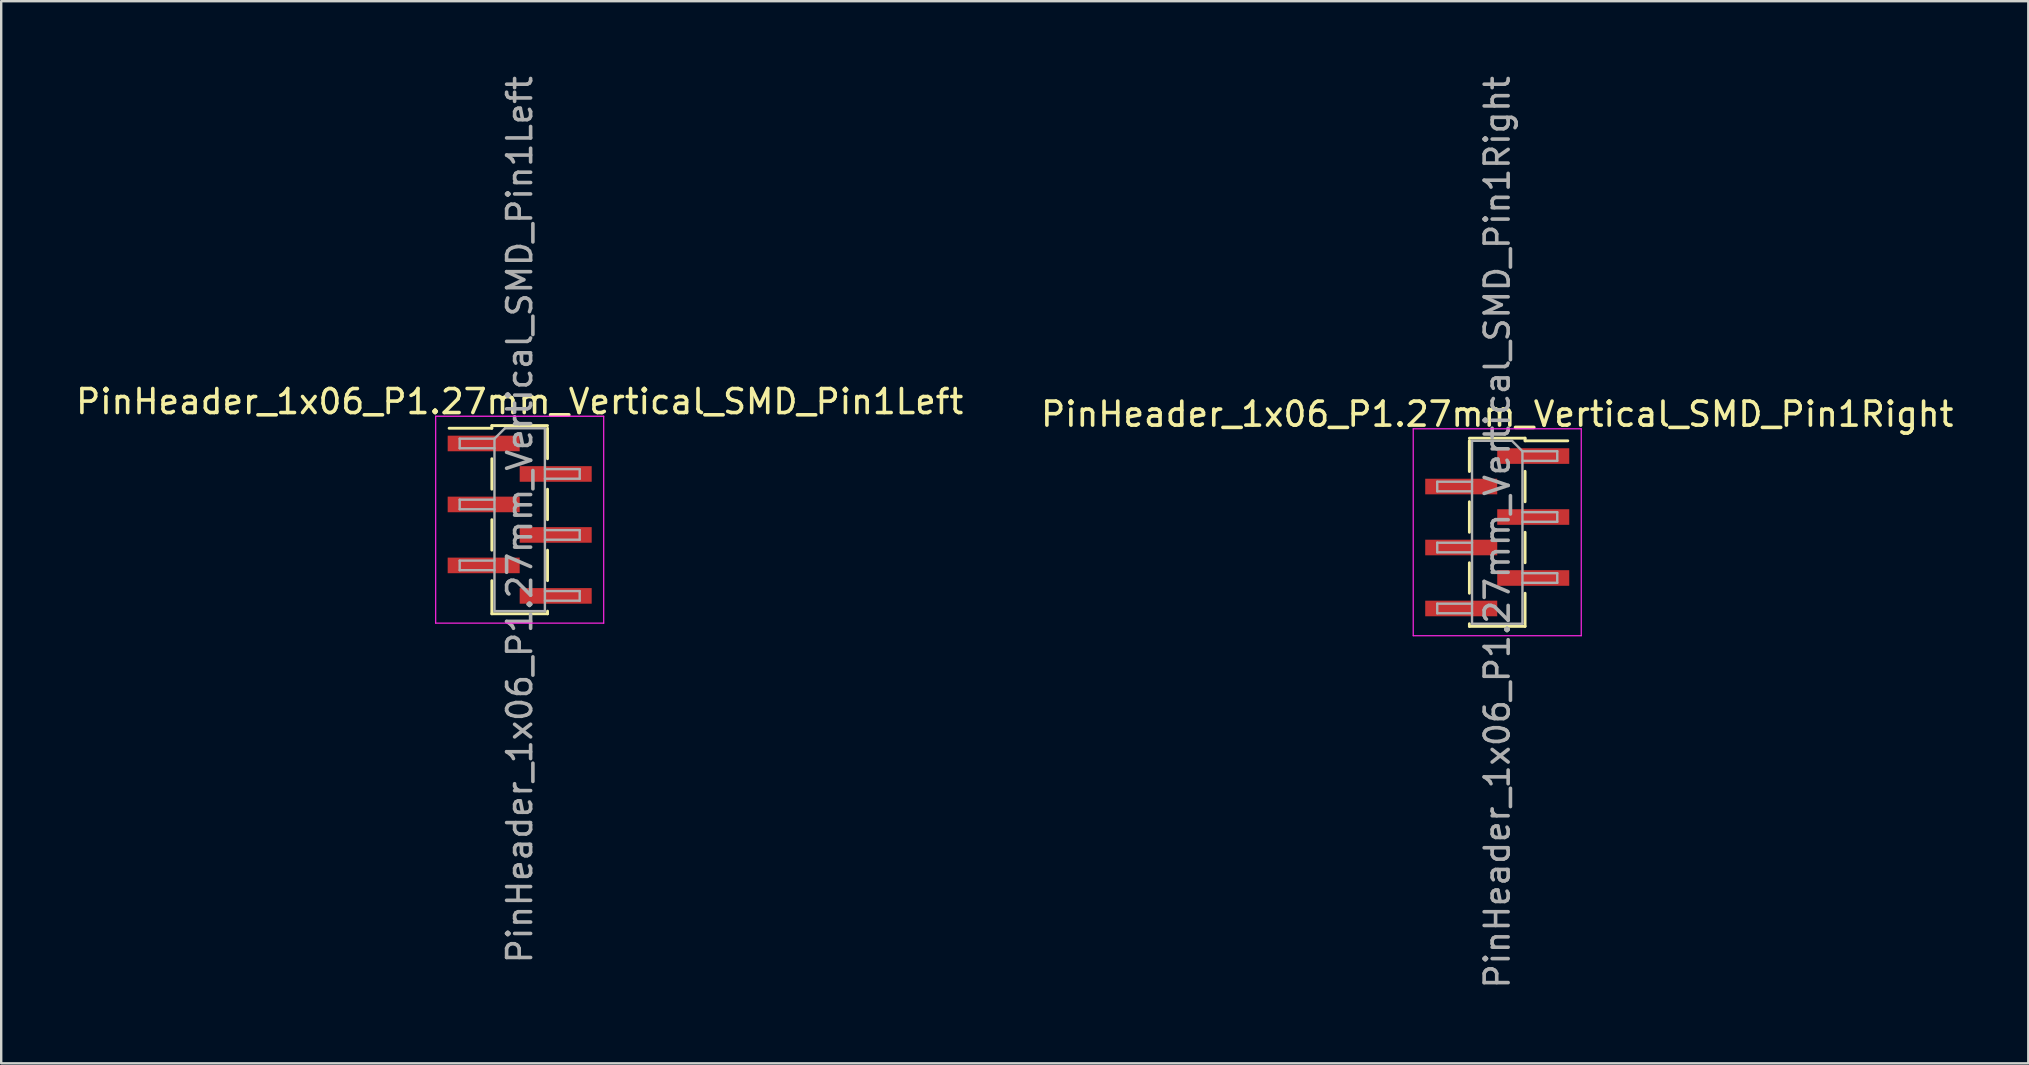
<source format=kicad_pcb>
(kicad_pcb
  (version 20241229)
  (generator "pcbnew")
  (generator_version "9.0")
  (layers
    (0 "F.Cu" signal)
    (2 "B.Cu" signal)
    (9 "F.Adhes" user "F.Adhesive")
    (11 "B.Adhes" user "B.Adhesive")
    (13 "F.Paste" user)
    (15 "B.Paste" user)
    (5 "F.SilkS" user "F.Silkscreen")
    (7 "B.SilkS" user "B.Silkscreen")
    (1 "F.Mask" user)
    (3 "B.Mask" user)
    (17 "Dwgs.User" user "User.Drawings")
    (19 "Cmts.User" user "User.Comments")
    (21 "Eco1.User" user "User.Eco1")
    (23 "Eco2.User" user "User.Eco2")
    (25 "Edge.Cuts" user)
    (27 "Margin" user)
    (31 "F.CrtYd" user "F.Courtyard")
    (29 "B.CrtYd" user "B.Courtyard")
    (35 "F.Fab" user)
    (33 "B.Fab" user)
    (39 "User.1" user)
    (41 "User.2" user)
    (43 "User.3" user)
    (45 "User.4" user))
  (footprint "PinHeader_1x06_P1.27mm_Vertical_SMD_Pin1Right"
    (layer "F.Cu")
    (at 59.327 19.125)
    (property "Reference" "PinHeader_1x06_P1.27mm_Vertical_SMD_Pin1Right" (at 0 -4.92 0) (layer "F.SilkS") (effects (font (size 1 1) (thickness 0.15))))
    (attr smd)
    (fp_line (start -1.16 -3.92) (end 1.16 -3.92) (stroke (width 0.12) (type solid)) (layer "F.SilkS"))
    (fp_line (start -1.16 -3.81) (end -1.16 -2.54) (stroke (width 0.12) (type solid)) (layer "F.SilkS"))
    (fp_line (start -1.16 -3.81) (end -1.16 -2.54) (stroke (width 0.12) (type solid)) (layer "F.SilkS"))
    (fp_line (start -1.16 -1.27) (end -1.16 0) (stroke (width 0.12) (type solid)) (layer "F.SilkS"))
    (fp_line (start -1.16 1.27) (end -1.16 2.54) (stroke (width 0.12) (type solid)) (layer "F.SilkS"))
    (fp_line (start -1.16 3.81) (end -1.16 3.92) (stroke (width 0.12) (type solid)) (layer "F.SilkS"))
    (fp_line (start -1.16 3.92) (end 1.16 3.92) (stroke (width 0.12) (type solid)) (layer "F.SilkS"))
    (fp_line (start 1.16 -3.92) (end 1.16 -3.81) (stroke (width 0.12) (type solid)) (layer "F.SilkS"))
    (fp_line (start 1.16 -3.81) (end 2.94 -3.81) (stroke (width 0.12) (type solid)) (layer "F.SilkS"))
    (fp_line (start 1.16 -2.54) (end 1.16 -1.27) (stroke (width 0.12) (type solid)) (layer "F.SilkS"))
    (fp_line (start 1.16 0) (end 1.16 1.27) (stroke (width 0.12) (type solid)) (layer "F.SilkS"))
    (fp_line (start 1.16 2.54) (end 1.16 3.92) (stroke (width 0.12) (type solid)) (layer "F.SilkS"))
    (fp_line (start -3.5 -4.31) (end -3.5 4.31) (stroke (width 0.05) (type solid)) (layer "F.CrtYd"))
    (fp_line (start -3.5 4.31) (end 3.5 4.31) (stroke (width 0.05) (type solid)) (layer "F.CrtYd"))
    (fp_line (start 3.5 -4.31) (end -3.5 -4.31) (stroke (width 0.05) (type solid)) (layer "F.CrtYd"))
    (fp_line (start 3.5 4.31) (end 3.5 -4.31) (stroke (width 0.05) (type solid)) (layer "F.CrtYd"))
    (fp_line (start -2.5 -2.105) (end -2.5 -1.705) (stroke (width 0.1) (type solid)) (layer "F.Fab"))
    (fp_line (start -2.5 -1.705) (end -1.05 -1.705) (stroke (width 0.1) (type solid)) (layer "F.Fab"))
    (fp_line (start -2.5 0.435) (end -2.5 0.835) (stroke (width 0.1) (type solid)) (layer "F.Fab"))
    (fp_line (start -2.5 0.835) (end -1.05 0.835) (stroke (width 0.1) (type solid)) (layer "F.Fab"))
    (fp_line (start -2.5 2.975) (end -2.5 3.375) (stroke (width 0.1) (type solid)) (layer "F.Fab"))
    (fp_line (start -2.5 3.375) (end -1.05 3.375) (stroke (width 0.1) (type solid)) (layer "F.Fab"))
    (fp_line (start -1.05 -3.81) (end -1.05 3.81) (stroke (width 0.1) (type solid)) (layer "F.Fab"))
    (fp_line (start -1.05 -3.81) (end 0.615 -3.81) (stroke (width 0.1) (type solid)) (layer "F.Fab"))
    (fp_line (start -1.05 -2.105) (end -2.5 -2.105) (stroke (width 0.1) (type solid)) (layer "F.Fab"))
    (fp_line (start -1.05 0.435) (end -2.5 0.435) (stroke (width 0.1) (type solid)) (layer "F.Fab"))
    (fp_line (start -1.05 2.975) (end -2.5 2.975) (stroke (width 0.1) (type solid)) (layer "F.Fab"))
    (fp_line (start 1.05 -3.375) (end 0.615 -3.81) (stroke (width 0.1) (type solid)) (layer "F.Fab"))
    (fp_line (start 1.05 -3.375) (end 2.5 -3.375) (stroke (width 0.1) (type solid)) (layer "F.Fab"))
    (fp_line (start 1.05 -0.835) (end 2.5 -0.835) (stroke (width 0.1) (type solid)) (layer "F.Fab"))
    (fp_line (start 1.05 1.705) (end 2.5 1.705) (stroke (width 0.1) (type solid)) (layer "F.Fab"))
    (fp_line (start 1.05 3.81) (end -1.05 3.81) (stroke (width 0.1) (type solid)) (layer "F.Fab"))
    (fp_line (start 1.05 3.81) (end 1.05 -3.375) (stroke (width 0.1) (type solid)) (layer "F.Fab"))
    (fp_line (start 2.5 -3.375) (end 2.5 -2.975) (stroke (width 0.1) (type solid)) (layer "F.Fab"))
    (fp_line (start 2.5 -2.975) (end 1.05 -2.975) (stroke (width 0.1) (type solid)) (layer "F.Fab"))
    (fp_line (start 2.5 -0.835) (end 2.5 -0.435) (stroke (width 0.1) (type solid)) (layer "F.Fab"))
    (fp_line (start 2.5 -0.435) (end 1.05 -0.435) (stroke (width 0.1) (type solid)) (layer "F.Fab"))
    (fp_line (start 2.5 1.705) (end 2.5 2.105) (stroke (width 0.1) (type solid)) (layer "F.Fab"))
    (fp_line (start 2.5 2.105) (end 1.05 2.105) (stroke (width 0.1) (type solid)) (layer "F.Fab"))
    (fp_text user "${REFERENCE}" (at 0 0 90) (layer "F.Fab") (effects (font (size 1 1) (thickness 0.15))))
    (pad "1" smd rect (at 1.5 -3.175) (size 3 0.65) (layers "F.Cu" "F.Mask" "F.Paste"))
    (pad "2" smd rect (at -1.5 -1.905) (size 3 0.65) (layers "F.Cu" "F.Mask" "F.Paste"))
    (pad "3" smd rect (at 1.5 -0.635) (size 3 0.65) (layers "F.Cu" "F.Mask" "F.Paste"))
    (pad "4" smd rect (at -1.5 0.635) (size 3 0.65) (layers "F.Cu" "F.Mask" "F.Paste"))
    (pad "5" smd rect (at 1.5 1.905) (size 3 0.65) (layers "F.Cu" "F.Mask" "F.Paste"))
    (pad "6" smd rect (at -1.5 3.175) (size 3 0.65) (layers "F.Cu" "F.Mask" "F.Paste")))
  (footprint "PinHeader_1x06_P1.27mm_Vertical_SMD_Pin1Left"
    (layer "F.Cu")
    (at 18.601 18.601)
    (property "Reference" "PinHeader_1x06_P1.27mm_Vertical_SMD_Pin1Left" (at 0 -4.92 0) (layer "F.SilkS") (effects (font (size 1 1) (thickness 0.15))))
    (attr smd)
    (fp_line (start -1.16 -3.92) (end -1.16 -3.81) (stroke (width 0.12) (type solid)) (layer "F.SilkS"))
    (fp_line (start -1.16 -3.92) (end 1.16 -3.92) (stroke (width 0.12) (type solid)) (layer "F.SilkS"))
    (fp_line (start -1.16 -3.81) (end -2.94 -3.81) (stroke (width 0.12) (type solid)) (layer "F.SilkS"))
    (fp_line (start -1.16 -2.54) (end -1.16 -1.27) (stroke (width 0.12) (type solid)) (layer "F.SilkS"))
    (fp_line (start -1.16 0) (end -1.16 1.27) (stroke (width 0.12) (type solid)) (layer "F.SilkS"))
    (fp_line (start -1.16 2.54) (end -1.16 3.92) (stroke (width 0.12) (type solid)) (layer "F.SilkS"))
    (fp_line (start -1.16 3.92) (end 1.16 3.92) (stroke (width 0.12) (type solid)) (layer "F.SilkS"))
    (fp_line (start 1.16 -3.81) (end 1.16 -2.54) (stroke (width 0.12) (type solid)) (layer "F.SilkS"))
    (fp_line (start 1.16 -1.27) (end 1.16 0) (stroke (width 0.12) (type solid)) (layer "F.SilkS"))
    (fp_line (start 1.16 1.27) (end 1.16 2.54) (stroke (width 0.12) (type solid)) (layer "F.SilkS"))
    (fp_line (start 1.16 3.81) (end 1.16 3.92) (stroke (width 0.12) (type solid)) (layer "F.SilkS"))
    (fp_line (start -3.5 -4.31) (end -3.5 4.31) (stroke (width 0.05) (type solid)) (layer "F.CrtYd"))
    (fp_line (start -3.5 4.31) (end 3.5 4.31) (stroke (width 0.05) (type solid)) (layer "F.CrtYd"))
    (fp_line (start 3.5 -4.31) (end -3.5 -4.31) (stroke (width 0.05) (type solid)) (layer "F.CrtYd"))
    (fp_line (start 3.5 4.31) (end 3.5 -4.31) (stroke (width 0.05) (type solid)) (layer "F.CrtYd"))
    (fp_line (start -2.5 -3.375) (end -2.5 -2.975) (stroke (width 0.1) (type solid)) (layer "F.Fab"))
    (fp_line (start -2.5 -2.975) (end -1.05 -2.975) (stroke (width 0.1) (type solid)) (layer "F.Fab"))
    (fp_line (start -2.5 -0.835) (end -2.5 -0.435) (stroke (width 0.1) (type solid)) (layer "F.Fab"))
    (fp_line (start -2.5 -0.435) (end -1.05 -0.435) (stroke (width 0.1) (type solid)) (layer "F.Fab"))
    (fp_line (start -2.5 1.705) (end -2.5 2.105) (stroke (width 0.1) (type solid)) (layer "F.Fab"))
    (fp_line (start -2.5 2.105) (end -1.05 2.105) (stroke (width 0.1) (type solid)) (layer "F.Fab"))
    (fp_line (start -1.05 -3.375) (end -2.5 -3.375) (stroke (width 0.1) (type solid)) (layer "F.Fab"))
    (fp_line (start -1.05 -3.375) (end -0.615 -3.81) (stroke (width 0.1) (type solid)) (layer "F.Fab"))
    (fp_line (start -1.05 -0.835) (end -2.5 -0.835) (stroke (width 0.1) (type solid)) (layer "F.Fab"))
    (fp_line (start -1.05 1.705) (end -2.5 1.705) (stroke (width 0.1) (type solid)) (layer "F.Fab"))
    (fp_line (start -1.05 3.81) (end -1.05 -3.375) (stroke (width 0.1) (type solid)) (layer "F.Fab"))
    (fp_line (start -0.615 -3.81) (end 1.05 -3.81) (stroke (width 0.1) (type solid)) (layer "F.Fab"))
    (fp_line (start 1.05 -3.81) (end 1.05 3.81) (stroke (width 0.1) (type solid)) (layer "F.Fab"))
    (fp_line (start 1.05 -2.105) (end 2.5 -2.105) (stroke (width 0.1) (type solid)) (layer "F.Fab"))
    (fp_line (start 1.05 0.435) (end 2.5 0.435) (stroke (width 0.1) (type solid)) (layer "F.Fab"))
    (fp_line (start 1.05 2.975) (end 2.5 2.975) (stroke (width 0.1) (type solid)) (layer "F.Fab"))
    (fp_line (start 1.05 3.81) (end -1.05 3.81) (stroke (width 0.1) (type solid)) (layer "F.Fab"))
    (fp_line (start 2.5 -2.105) (end 2.5 -1.705) (stroke (width 0.1) (type solid)) (layer "F.Fab"))
    (fp_line (start 2.5 -1.705) (end 1.05 -1.705) (stroke (width 0.1) (type solid)) (layer "F.Fab"))
    (fp_line (start 2.5 0.435) (end 2.5 0.835) (stroke (width 0.1) (type solid)) (layer "F.Fab"))
    (fp_line (start 2.5 0.835) (end 1.05 0.835) (stroke (width 0.1) (type solid)) (layer "F.Fab"))
    (fp_line (start 2.5 2.975) (end 2.5 3.375) (stroke (width 0.1) (type solid)) (layer "F.Fab"))
    (fp_line (start 2.5 3.375) (end 1.05 3.375) (stroke (width 0.1) (type solid)) (layer "F.Fab"))
    (fp_text user "${REFERENCE}" (at 0 0 90) (layer "F.Fab") (effects (font (size 1 1) (thickness 0.15))))
    (pad "1" smd rect (at -1.5 -3.175) (size 3 0.65) (layers "F.Cu" "F.Mask" "F.Paste"))
    (pad "2" smd rect (at 1.5 -1.905) (size 3 0.65) (layers "F.Cu" "F.Mask" "F.Paste"))
    (pad "3" smd rect (at -1.5 -0.635) (size 3 0.65) (layers "F.Cu" "F.Mask" "F.Paste"))
    (pad "4" smd rect (at 1.5 0.635) (size 3 0.65) (layers "F.Cu" "F.Mask" "F.Paste"))
    (pad "5" smd rect (at -1.5 1.905) (size 3 0.65) (layers "F.Cu" "F.Mask" "F.Paste"))
    (pad "6" smd rect (at 1.5 3.175) (size 3 0.65) (layers "F.Cu" "F.Mask" "F.Paste")))
  (gr_rect
    (start -3 -3)
    (end 81.452 41.25)
    (stroke (width 0.1) (type default))
    (fill no)
    (layer "Edge.Cuts")))
</source>
